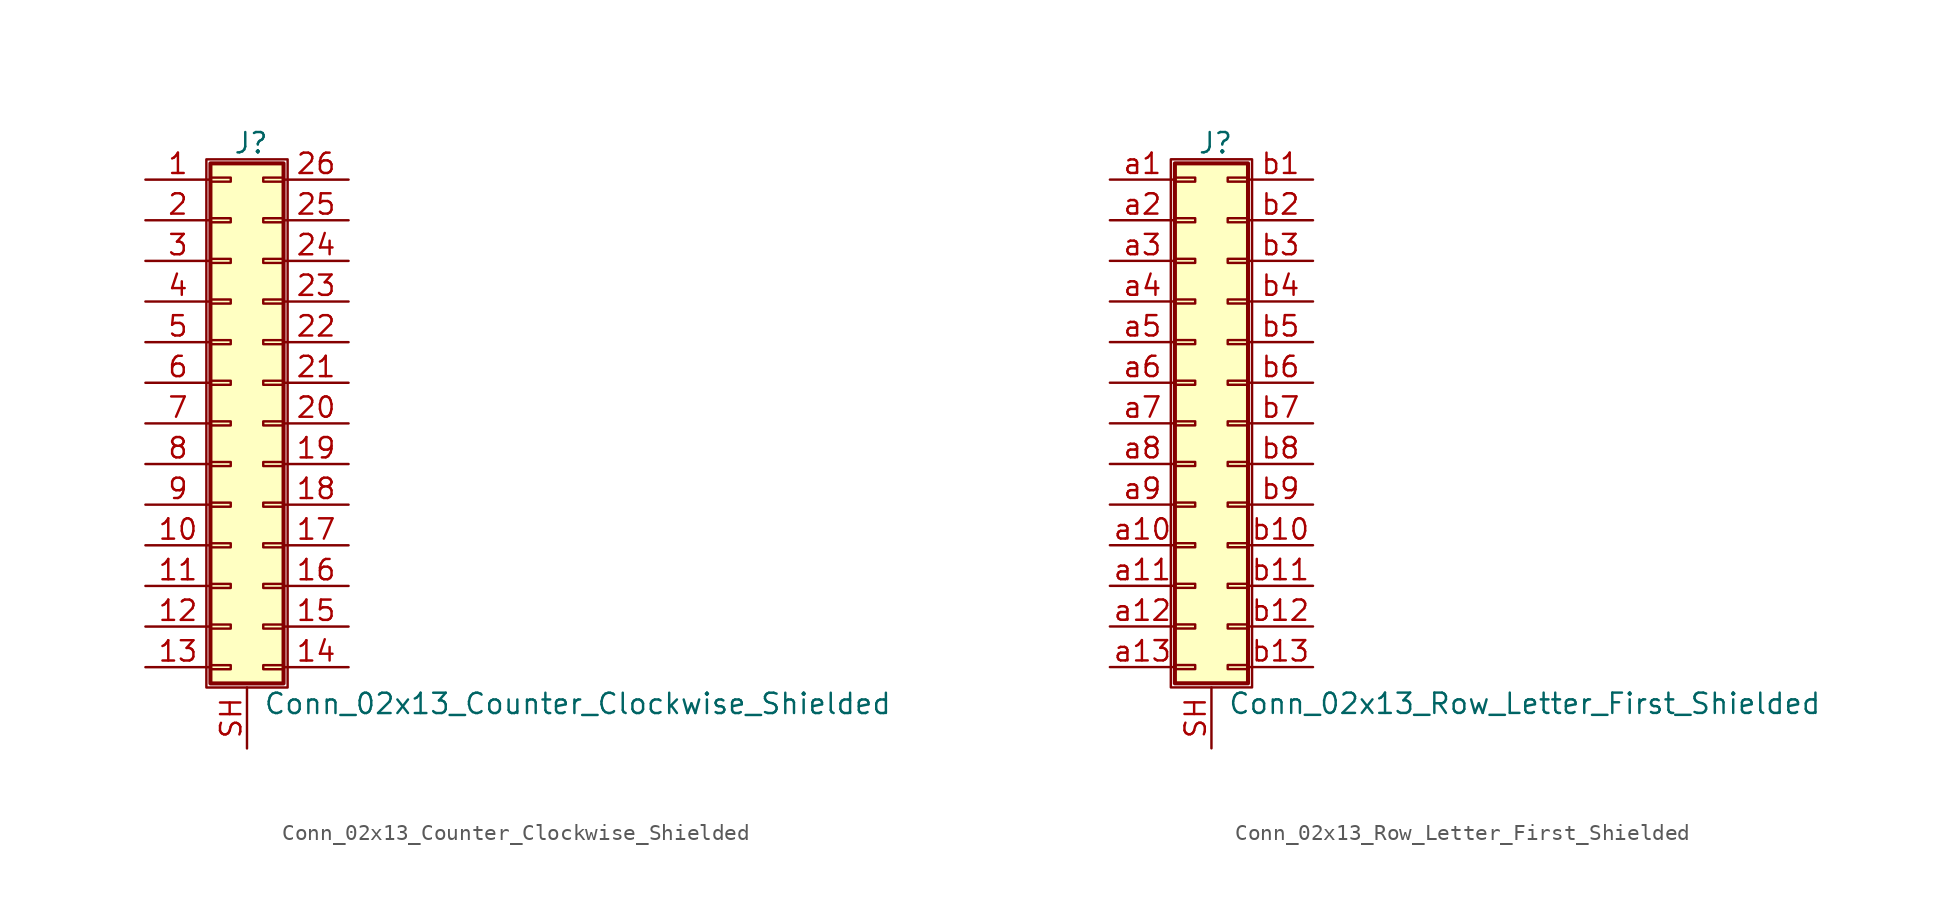
<source format=kicad_sym>
(kicad_symbol_lib
  (version 20211014)
  (generator kicad_symbol_editor)
  (symbol "Conn_02x13_Counter_Clockwise_Shielded"
    (pin_names
      (offset 1.016) hide)
    (property "Reference" "J"
      (at 1.524 17.526 0)
      (effects (font (size 1.27 1.27))))
    (property "Value" "Conn_02x13_Counter_Clockwise_Shielded"
      (at 2.286 -17.526 0)
      (effects (font (size 1.27 1.27)) (justify left)))
    (symbol "Conn_02x13_Counter_Clockwise_Shielded_1_1"
      (rectangle (start -1.27 16.51) (end 3.81 -16.51) (stroke (width 0.152) (type default) (color 0 0 0 0)) (fill (type none)))
      (rectangle (start -1.016 -15.113) (end 0.254 -15.367) (stroke (width 0.152) (type default) (color 0 0 0 0)) (fill (type none)))
      (rectangle (start -1.016 -12.573) (end 0.254 -12.827) (stroke (width 0.152) (type default) (color 0 0 0 0)) (fill (type none)))
      (rectangle (start -1.016 -10.033) (end 0.254 -10.287) (stroke (width 0.152) (type default) (color 0 0 0 0)) (fill (type none)))
      (rectangle (start -1.016 -7.493) (end 0.254 -7.747) (stroke (width 0.152) (type default) (color 0 0 0 0)) (fill (type none)))
      (rectangle (start -1.016 -4.953) (end 0.254 -5.207) (stroke (width 0.152) (type default) (color 0 0 0 0)) (fill (type none)))
      (rectangle (start -1.016 -2.413) (end 0.254 -2.667) (stroke (width 0.152) (type default) (color 0 0 0 0)) (fill (type none)))
      (rectangle (start -1.016 0.127) (end 0.254 -0.127) (stroke (width 0.152) (type default) (color 0 0 0 0)) (fill (type none)))
      (rectangle (start -1.016 2.667) (end 0.254 2.413) (stroke (width 0.152) (type default) (color 0 0 0 0)) (fill (type none)))
      (rectangle (start -1.016 5.207) (end 0.254 4.953) (stroke (width 0.152) (type default) (color 0 0 0 0)) (fill (type none)))
      (rectangle (start -1.016 7.747) (end 0.254 7.493) (stroke (width 0.152) (type default) (color 0 0 0 0)) (fill (type none)))
      (rectangle (start -1.016 10.287) (end 0.254 10.033) (stroke (width 0.152) (type default) (color 0 0 0 0)) (fill (type none)))
      (rectangle (start -1.016 12.827) (end 0.254 12.573) (stroke (width 0.152) (type default) (color 0 0 0 0)) (fill (type none)))
      (rectangle (start -1.016 15.367) (end 0.254 15.113) (stroke (width 0.152) (type default) (color 0 0 0 0)) (fill (type none)))
      (rectangle (start -1.016 16.256) (end 3.556 -16.256) (stroke (width 0.254) (type default) (color 0 0 0 0)) (fill (type background)))
      (rectangle (start 3.556 -15.113) (end 2.286 -15.367) (stroke (width 0.152) (type default) (color 0 0 0 0)) (fill (type none)))
      (rectangle (start 3.556 -12.573) (end 2.286 -12.827) (stroke (width 0.152) (type default) (color 0 0 0 0)) (fill (type none)))
      (rectangle (start 3.556 -10.033) (end 2.286 -10.287) (stroke (width 0.152) (type default) (color 0 0 0 0)) (fill (type none)))
      (rectangle (start 3.556 -7.493) (end 2.286 -7.747) (stroke (width 0.152) (type default) (color 0 0 0 0)) (fill (type none)))
      (rectangle (start 3.556 -4.953) (end 2.286 -5.207) (stroke (width 0.152) (type default) (color 0 0 0 0)) (fill (type none)))
      (rectangle (start 3.556 -2.413) (end 2.286 -2.667) (stroke (width 0.152) (type default) (color 0 0 0 0)) (fill (type none)))
      (rectangle (start 3.556 0.127) (end 2.286 -0.127) (stroke (width 0.152) (type default) (color 0 0 0 0)) (fill (type none)))
      (rectangle (start 3.556 2.667) (end 2.286 2.413) (stroke (width 0.152) (type default) (color 0 0 0 0)) (fill (type none)))
      (rectangle (start 3.556 5.207) (end 2.286 4.953) (stroke (width 0.152) (type default) (color 0 0 0 0)) (fill (type none)))
      (rectangle (start 3.556 7.747) (end 2.286 7.493) (stroke (width 0.152) (type default) (color 0 0 0 0)) (fill (type none)))
      (rectangle (start 3.556 10.287) (end 2.286 10.033) (stroke (width 0.152) (type default) (color 0 0 0 0)) (fill (type none)))
      (rectangle (start 3.556 12.827) (end 2.286 12.573) (stroke (width 0.152) (type default) (color 0 0 0 0)) (fill (type none)))
      (rectangle (start 3.556 15.367) (end 2.286 15.113) (stroke (width 0.152) (type default) (color 0 0 0 0)) (fill (type none)))
      (pin passive line (at -5.08 15.24 0) (length 4.064) (name "Pin_1" (effects (font (size 1.27 1.27)))) (number "1" (effects (font (size 1.27 1.27)))))
      (pin passive line (at -5.08 -7.62 0) (length 4.064) (name "Pin_10" (effects (font (size 1.27 1.27)))) (number "10" (effects (font (size 1.27 1.27)))))
      (pin passive line (at -5.08 -10.16 0) (length 4.064) (name "Pin_11" (effects (font (size 1.27 1.27)))) (number "11" (effects (font (size 1.27 1.27)))))
      (pin passive line (at -5.08 -12.7 0) (length 4.064) (name "Pin_12" (effects (font (size 1.27 1.27)))) (number "12" (effects (font (size 1.27 1.27)))))
      (pin passive line (at -5.08 -15.24 0) (length 4.064) (name "Pin_13" (effects (font (size 1.27 1.27)))) (number "13" (effects (font (size 1.27 1.27)))))
      (pin passive line (at 7.62 -15.24 180) (length 4.064) (name "Pin_14" (effects (font (size 1.27 1.27)))) (number "14" (effects (font (size 1.27 1.27)))))
      (pin passive line (at 7.62 -12.7 180) (length 4.064) (name "Pin_15" (effects (font (size 1.27 1.27)))) (number "15" (effects (font (size 1.27 1.27)))))
      (pin passive line (at 7.62 -10.16 180) (length 4.064) (name "Pin_16" (effects (font (size 1.27 1.27)))) (number "16" (effects (font (size 1.27 1.27)))))
      (pin passive line (at 7.62 -7.62 180) (length 4.064) (name "Pin_17" (effects (font (size 1.27 1.27)))) (number "17" (effects (font (size 1.27 1.27)))))
      (pin passive line (at 7.62 -5.08 180) (length 4.064) (name "Pin_18" (effects (font (size 1.27 1.27)))) (number "18" (effects (font (size 1.27 1.27)))))
      (pin passive line (at 7.62 -2.54 180) (length 4.064) (name "Pin_19" (effects (font (size 1.27 1.27)))) (number "19" (effects (font (size 1.27 1.27)))))
      (pin passive line (at -5.08 12.7 0) (length 4.064) (name "Pin_2" (effects (font (size 1.27 1.27)))) (number "2" (effects (font (size 1.27 1.27)))))
      (pin passive line (at 7.62 0 180) (length 4.064) (name "Pin_20" (effects (font (size 1.27 1.27)))) (number "20" (effects (font (size 1.27 1.27)))))
      (pin passive line (at 7.62 2.54 180) (length 4.064) (name "Pin_21" (effects (font (size 1.27 1.27)))) (number "21" (effects (font (size 1.27 1.27)))))
      (pin passive line (at 7.62 5.08 180) (length 4.064) (name "Pin_22" (effects (font (size 1.27 1.27)))) (number "22" (effects (font (size 1.27 1.27)))))
      (pin passive line (at 7.62 7.62 180) (length 4.064) (name "Pin_23" (effects (font (size 1.27 1.27)))) (number "23" (effects (font (size 1.27 1.27)))))
      (pin passive line (at 7.62 10.16 180) (length 4.064) (name "Pin_24" (effects (font (size 1.27 1.27)))) (number "24" (effects (font (size 1.27 1.27)))))
      (pin passive line (at 7.62 12.7 180) (length 4.064) (name "Pin_25" (effects (font (size 1.27 1.27)))) (number "25" (effects (font (size 1.27 1.27)))))
      (pin passive line (at 7.62 15.24 180) (length 4.064) (name "Pin_26" (effects (font (size 1.27 1.27)))) (number "26" (effects (font (size 1.27 1.27)))))
      (pin passive line (at -5.08 10.16 0) (length 4.064) (name "Pin_3" (effects (font (size 1.27 1.27)))) (number "3" (effects (font (size 1.27 1.27)))))
      (pin passive line (at -5.08 7.62 0) (length 4.064) (name "Pin_4" (effects (font (size 1.27 1.27)))) (number "4" (effects (font (size 1.27 1.27)))))
      (pin passive line (at -5.08 5.08 0) (length 4.064) (name "Pin_5" (effects (font (size 1.27 1.27)))) (number "5" (effects (font (size 1.27 1.27)))))
      (pin passive line (at -5.08 2.54 0) (length 4.064) (name "Pin_6" (effects (font (size 1.27 1.27)))) (number "6" (effects (font (size 1.27 1.27)))))
      (pin passive line (at -5.08 0 0) (length 4.064) (name "Pin_7" (effects (font (size 1.27 1.27)))) (number "7" (effects (font (size 1.27 1.27)))))
      (pin passive line (at -5.08 -2.54 0) (length 4.064) (name "Pin_8" (effects (font (size 1.27 1.27)))) (number "8" (effects (font (size 1.27 1.27)))))
      (pin passive line (at -5.08 -5.08 0) (length 4.064) (name "Pin_9" (effects (font (size 1.27 1.27)))) (number "9" (effects (font (size 1.27 1.27)))))
      (pin passive line (at 1.27 -20.32 90) (length 3.81) (name "Shield" (effects (font (size 1.27 1.27)))) (number "SH" (effects (font (size 1.27 1.27)))))))
  (symbol "Conn_02x13_Row_Letter_First_Shielded"
    (pin_names
      (offset 1.016) hide)
    (property "Reference" "J"
      (at 1.524 17.526 0)
      (effects (font (size 1.27 1.27))))
    (property "Value" "Conn_02x13_Row_Letter_First_Shielded"
      (at 2.286 -17.526 0)
      (effects (font (size 1.27 1.27)) (justify left)))
    (symbol "Conn_02x13_Row_Letter_First_Shielded_1_1"
      (rectangle (start -1.27 16.51) (end 3.81 -16.51) (stroke (width 0.152) (type default) (color 0 0 0 0)) (fill (type none)))
      (rectangle (start -1.016 -15.113) (end 0.254 -15.367) (stroke (width 0.152) (type default) (color 0 0 0 0)) (fill (type none)))
      (rectangle (start -1.016 -12.573) (end 0.254 -12.827) (stroke (width 0.152) (type default) (color 0 0 0 0)) (fill (type none)))
      (rectangle (start -1.016 -10.033) (end 0.254 -10.287) (stroke (width 0.152) (type default) (color 0 0 0 0)) (fill (type none)))
      (rectangle (start -1.016 -7.493) (end 0.254 -7.747) (stroke (width 0.152) (type default) (color 0 0 0 0)) (fill (type none)))
      (rectangle (start -1.016 -4.953) (end 0.254 -5.207) (stroke (width 0.152) (type default) (color 0 0 0 0)) (fill (type none)))
      (rectangle (start -1.016 -2.413) (end 0.254 -2.667) (stroke (width 0.152) (type default) (color 0 0 0 0)) (fill (type none)))
      (rectangle (start -1.016 0.127) (end 0.254 -0.127) (stroke (width 0.152) (type default) (color 0 0 0 0)) (fill (type none)))
      (rectangle (start -1.016 2.667) (end 0.254 2.413) (stroke (width 0.152) (type default) (color 0 0 0 0)) (fill (type none)))
      (rectangle (start -1.016 5.207) (end 0.254 4.953) (stroke (width 0.152) (type default) (color 0 0 0 0)) (fill (type none)))
      (rectangle (start -1.016 7.747) (end 0.254 7.493) (stroke (width 0.152) (type default) (color 0 0 0 0)) (fill (type none)))
      (rectangle (start -1.016 10.287) (end 0.254 10.033) (stroke (width 0.152) (type default) (color 0 0 0 0)) (fill (type none)))
      (rectangle (start -1.016 12.827) (end 0.254 12.573) (stroke (width 0.152) (type default) (color 0 0 0 0)) (fill (type none)))
      (rectangle (start -1.016 15.367) (end 0.254 15.113) (stroke (width 0.152) (type default) (color 0 0 0 0)) (fill (type none)))
      (rectangle (start -1.016 16.256) (end 3.556 -16.256) (stroke (width 0.254) (type default) (color 0 0 0 0)) (fill (type background)))
      (rectangle (start 3.556 -15.113) (end 2.286 -15.367) (stroke (width 0.152) (type default) (color 0 0 0 0)) (fill (type none)))
      (rectangle (start 3.556 -12.573) (end 2.286 -12.827) (stroke (width 0.152) (type default) (color 0 0 0 0)) (fill (type none)))
      (rectangle (start 3.556 -10.033) (end 2.286 -10.287) (stroke (width 0.152) (type default) (color 0 0 0 0)) (fill (type none)))
      (rectangle (start 3.556 -7.493) (end 2.286 -7.747) (stroke (width 0.152) (type default) (color 0 0 0 0)) (fill (type none)))
      (rectangle (start 3.556 -4.953) (end 2.286 -5.207) (stroke (width 0.152) (type default) (color 0 0 0 0)) (fill (type none)))
      (rectangle (start 3.556 -2.413) (end 2.286 -2.667) (stroke (width 0.152) (type default) (color 0 0 0 0)) (fill (type none)))
      (rectangle (start 3.556 0.127) (end 2.286 -0.127) (stroke (width 0.152) (type default) (color 0 0 0 0)) (fill (type none)))
      (rectangle (start 3.556 2.667) (end 2.286 2.413) (stroke (width 0.152) (type default) (color 0 0 0 0)) (fill (type none)))
      (rectangle (start 3.556 5.207) (end 2.286 4.953) (stroke (width 0.152) (type default) (color 0 0 0 0)) (fill (type none)))
      (rectangle (start 3.556 7.747) (end 2.286 7.493) (stroke (width 0.152) (type default) (color 0 0 0 0)) (fill (type none)))
      (rectangle (start 3.556 10.287) (end 2.286 10.033) (stroke (width 0.152) (type default) (color 0 0 0 0)) (fill (type none)))
      (rectangle (start 3.556 12.827) (end 2.286 12.573) (stroke (width 0.152) (type default) (color 0 0 0 0)) (fill (type none)))
      (rectangle (start 3.556 15.367) (end 2.286 15.113) (stroke (width 0.152) (type default) (color 0 0 0 0)) (fill (type none)))
      (pin passive line (at 1.27 -20.32 90) (length 3.81) (name "Shield" (effects (font (size 1.27 1.27)))) (number "SH" (effects (font (size 1.27 1.27)))))
      (pin passive line (at -5.08 15.24 0) (length 4.064) (name "Pin_a1" (effects (font (size 1.27 1.27)))) (number "a1" (effects (font (size 1.27 1.27)))))
      (pin passive line (at -5.08 -7.62 0) (length 4.064) (name "Pin_a10" (effects (font (size 1.27 1.27)))) (number "a10" (effects (font (size 1.27 1.27)))))
      (pin passive line (at -5.08 -10.16 0) (length 4.064) (name "Pin_a11" (effects (font (size 1.27 1.27)))) (number "a11" (effects (font (size 1.27 1.27)))))
      (pin passive line (at -5.08 -12.7 0) (length 4.064) (name "Pin_a12" (effects (font (size 1.27 1.27)))) (number "a12" (effects (font (size 1.27 1.27)))))
      (pin passive line (at -5.08 -15.24 0) (length 4.064) (name "Pin_a13" (effects (font (size 1.27 1.27)))) (number "a13" (effects (font (size 1.27 1.27)))))
      (pin passive line (at -5.08 12.7 0) (length 4.064) (name "Pin_a2" (effects (font (size 1.27 1.27)))) (number "a2" (effects (font (size 1.27 1.27)))))
      (pin passive line (at -5.08 10.16 0) (length 4.064) (name "Pin_a3" (effects (font (size 1.27 1.27)))) (number "a3" (effects (font (size 1.27 1.27)))))
      (pin passive line (at -5.08 7.62 0) (length 4.064) (name "Pin_a4" (effects (font (size 1.27 1.27)))) (number "a4" (effects (font (size 1.27 1.27)))))
      (pin passive line (at -5.08 5.08 0) (length 4.064) (name "Pin_a5" (effects (font (size 1.27 1.27)))) (number "a5" (effects (font (size 1.27 1.27)))))
      (pin passive line (at -5.08 2.54 0) (length 4.064) (name "Pin_a6" (effects (font (size 1.27 1.27)))) (number "a6" (effects (font (size 1.27 1.27)))))
      (pin passive line (at -5.08 0 0) (length 4.064) (name "Pin_a7" (effects (font (size 1.27 1.27)))) (number "a7" (effects (font (size 1.27 1.27)))))
      (pin passive line (at -5.08 -2.54 0) (length 4.064) (name "Pin_a8" (effects (font (size 1.27 1.27)))) (number "a8" (effects (font (size 1.27 1.27)))))
      (pin passive line (at -5.08 -5.08 0) (length 4.064) (name "Pin_a9" (effects (font (size 1.27 1.27)))) (number "a9" (effects (font (size 1.27 1.27)))))
      (pin passive line (at 7.62 15.24 180) (length 4.064) (name "Pin_b1" (effects (font (size 1.27 1.27)))) (number "b1" (effects (font (size 1.27 1.27)))))
      (pin passive line (at 7.62 -7.62 180) (length 4.064) (name "Pin_b10" (effects (font (size 1.27 1.27)))) (number "b10" (effects (font (size 1.27 1.27)))))
      (pin passive line (at 7.62 -10.16 180) (length 4.064) (name "Pin_b11" (effects (font (size 1.27 1.27)))) (number "b11" (effects (font (size 1.27 1.27)))))
      (pin passive line (at 7.62 -12.7 180) (length 4.064) (name "Pin_b12" (effects (font (size 1.27 1.27)))) (number "b12" (effects (font (size 1.27 1.27)))))
      (pin passive line (at 7.62 -15.24 180) (length 4.064) (name "Pin_b13" (effects (font (size 1.27 1.27)))) (number "b13" (effects (font (size 1.27 1.27)))))
      (pin passive line (at 7.62 12.7 180) (length 4.064) (name "Pin_b2" (effects (font (size 1.27 1.27)))) (number "b2" (effects (font (size 1.27 1.27)))))
      (pin passive line (at 7.62 10.16 180) (length 4.064) (name "Pin_b3" (effects (font (size 1.27 1.27)))) (number "b3" (effects (font (size 1.27 1.27)))))
      (pin passive line (at 7.62 7.62 180) (length 4.064) (name "Pin_b4" (effects (font (size 1.27 1.27)))) (number "b4" (effects (font (size 1.27 1.27)))))
      (pin passive line (at 7.62 5.08 180) (length 4.064) (name "Pin_b5" (effects (font (size 1.27 1.27)))) (number "b5" (effects (font (size 1.27 1.27)))))
      (pin passive line (at 7.62 2.54 180) (length 4.064) (name "Pin_b6" (effects (font (size 1.27 1.27)))) (number "b6" (effects (font (size 1.27 1.27)))))
      (pin passive line (at 7.62 0 180) (length 4.064) (name "Pin_b7" (effects (font (size 1.27 1.27)))) (number "b7" (effects (font (size 1.27 1.27)))))
      (pin passive line (at 7.62 -2.54 180) (length 4.064) (name "Pin_b8" (effects (font (size 1.27 1.27)))) (number "b8" (effects (font (size 1.27 1.27)))))
      (pin passive line (at 7.62 -5.08 180) (length 4.064) (name "Pin_b9" (effects (font (size 1.27 1.27)))) (number "b9" (effects (font (size 1.27 1.27))))))))
</source>
